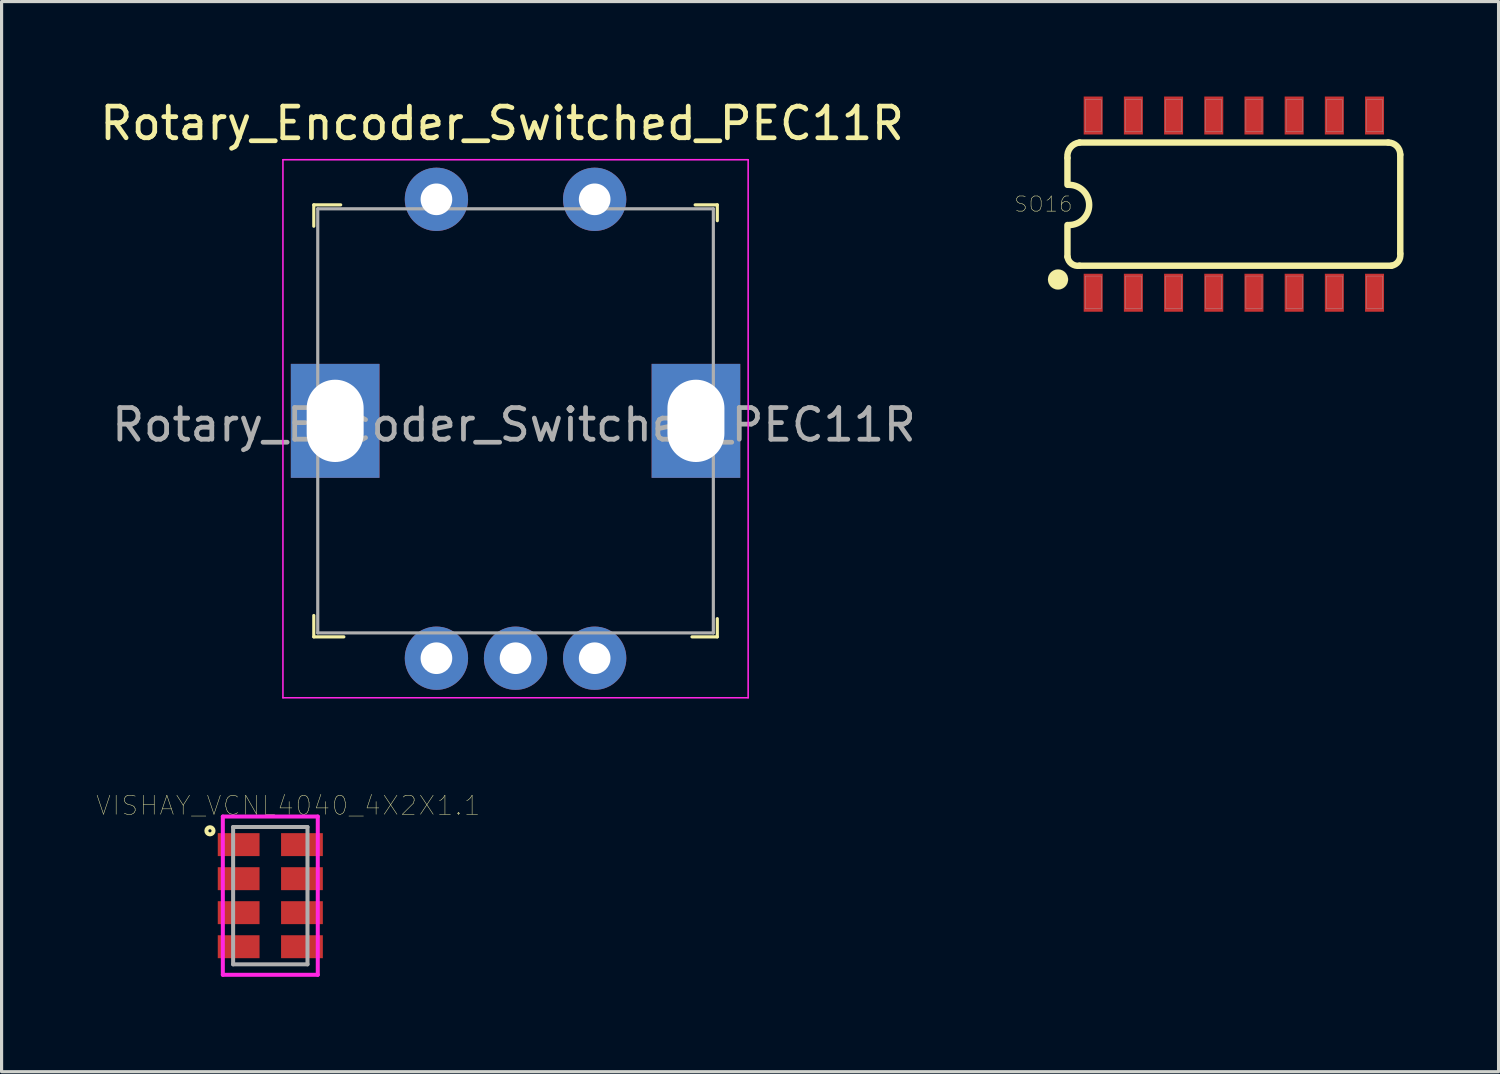
<source format=kicad_pcb>
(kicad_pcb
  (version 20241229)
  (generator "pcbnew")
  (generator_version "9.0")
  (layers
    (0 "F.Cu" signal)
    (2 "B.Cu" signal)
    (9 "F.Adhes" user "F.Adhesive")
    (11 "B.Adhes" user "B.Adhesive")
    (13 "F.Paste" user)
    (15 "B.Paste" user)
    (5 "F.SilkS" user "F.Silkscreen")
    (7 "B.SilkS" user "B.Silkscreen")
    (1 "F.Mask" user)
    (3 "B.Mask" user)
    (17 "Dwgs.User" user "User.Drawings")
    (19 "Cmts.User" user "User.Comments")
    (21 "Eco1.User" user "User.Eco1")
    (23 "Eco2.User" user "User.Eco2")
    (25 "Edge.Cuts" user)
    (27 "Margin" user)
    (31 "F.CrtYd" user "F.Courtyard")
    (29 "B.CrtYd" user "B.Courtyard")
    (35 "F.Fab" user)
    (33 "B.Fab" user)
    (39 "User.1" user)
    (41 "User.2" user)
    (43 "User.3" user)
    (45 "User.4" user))
  (footprint "VISHAY_VCNL4040_4X2X1.1"
    (layer "F.Cu")
    (at 5.491 25.251)
    (property "Reference" "VISHAY_VCNL4040_4X2X1.1" (at 0.567 -2.85 0) (layer "F.SilkS") (effects (font (size 0.601 0.601) (thickness 0.015))))
    (attr through_hole)
    (fp_circle (center -1.907 -2.05) (end -1.857 -2.05) (stroke (width 0.127) (type solid)) (fill no) (layer "F.SilkS"))
    (fp_line (start -1.5 -2.5) (end 1.5 -2.5) (stroke (width 0.127) (type solid)) (layer "F.CrtYd"))
    (fp_line (start -1.5 2.5) (end -1.5 -2.5) (stroke (width 0.127) (type solid)) (layer "F.CrtYd"))
    (fp_line (start 1.5 -2.5) (end 1.5 2.5) (stroke (width 0.127) (type solid)) (layer "F.CrtYd"))
    (fp_line (start 1.5 2.5) (end -1.5 2.5) (stroke (width 0.127) (type solid)) (layer "F.CrtYd"))
    (fp_line (start -1.175 -2.17) (end 1.175 -2.17) (stroke (width 0.127) (type solid)) (layer "F.Fab"))
    (fp_line (start -1.175 2.17) (end -1.175 -2.17) (stroke (width 0.127) (type solid)) (layer "F.Fab"))
    (fp_line (start 1.175 -2.17) (end 1.175 2.17) (stroke (width 0.127) (type solid)) (layer "F.Fab"))
    (fp_line (start 1.175 2.17) (end -1.175 2.17) (stroke (width 0.127) (type solid)) (layer "F.Fab"))
    (pad "1" smd rect (at -1 -1.613) (size 1.32 0.725) (layers "F.Cu" "F.Mask" "F.Paste"))
    (pad "2" smd rect (at -1 -0.537) (size 1.32 0.725) (layers "F.Cu" "F.Mask" "F.Paste"))
    (pad "3" smd rect (at -1 0.537) (size 1.32 0.725) (layers "F.Cu" "F.Mask" "F.Paste"))
    (pad "4" smd rect (at -1 1.613) (size 1.32 0.725) (layers "F.Cu" "F.Mask" "F.Paste"))
    (pad "5" smd rect (at 1 1.613) (size 1.32 0.725) (layers "F.Cu" "F.Mask" "F.Paste"))
    (pad "6" smd rect (at 1 0.537) (size 1.32 0.725) (layers "F.Cu" "F.Mask" "F.Paste"))
    (pad "7" smd rect (at 1 -0.537) (size 1.32 0.725) (layers "F.Cu" "F.Mask" "F.Paste"))
    (pad "8" smd rect (at 1 -1.613) (size 1.32 0.725) (layers "F.Cu" "F.Mask" "F.Paste")))
  (footprint "Rotary_Encoder_Switched_PEC11R"
    (layer "F.Cu")
    (at 7.54 10.248)
    (property "Reference" "Rotary_Encoder_Switched_PEC11R" (at 5.275 -9.4 0) (layer "F.SilkS") (effects (font (size 1 1) (thickness 0.15))))
    (attr through_hole)
    (fp_line (start -0.675 -6.825) (end -0.675 -6.15) (stroke (width 0.1) (type solid)) (layer "F.SilkS"))
    (fp_line (start -0.675 6.825) (end -0.675 6.15) (stroke (width 0.1) (type solid)) (layer "F.SilkS"))
    (fp_line (start 0.175 -6.825) (end -0.675 -6.825) (stroke (width 0.1) (type solid)) (layer "F.SilkS"))
    (fp_line (start 0.275 6.825) (end -0.675 6.825) (stroke (width 0.1) (type solid)) (layer "F.SilkS"))
    (fp_line (start 11.375 -6.825) (end 12.075 -6.825) (stroke (width 0.1) (type solid)) (layer "F.SilkS"))
    (fp_line (start 12.075 -6.825) (end 12.075 -6.325) (stroke (width 0.1) (type solid)) (layer "F.SilkS"))
    (fp_line (start 12.075 6.25) (end 12.075 6.825) (stroke (width 0.1) (type solid)) (layer "F.SilkS"))
    (fp_line (start 12.075 6.825) (end 11.275 6.825) (stroke (width 0.1) (type solid)) (layer "F.SilkS"))
    (fp_line (start -1.65 -8.25) (end 13.05 -8.25) (stroke (width 0.05) (type solid)) (layer "F.CrtYd"))
    (fp_line (start -1.65 8.75) (end -1.65 -8.25) (stroke (width 0.05) (type solid)) (layer "F.CrtYd"))
    (fp_line (start 13.05 -8.25) (end 13.05 8.75) (stroke (width 0.05) (type solid)) (layer "F.CrtYd"))
    (fp_line (start 13.05 8.75) (end -1.65 8.75) (stroke (width 0.05) (type solid)) (layer "F.CrtYd"))
    (fp_line (start -0.55 -6.7) (end -0.55 6.7) (stroke (width 0.1) (type solid)) (layer "F.Fab"))
    (fp_line (start -0.55 -6.7) (end 11.95 -6.7) (stroke (width 0.1) (type solid)) (layer "F.Fab"))
    (fp_line (start -0.55 6.7) (end 11.95 6.7) (stroke (width 0.1) (type solid)) (layer "F.Fab"))
    (fp_line (start 11.95 -6.7) (end 11.95 6.7) (stroke (width 0.1) (type solid)) (layer "F.Fab"))
    (fp_text user "${REFERENCE}" (at 5.65 0.125 0) (layer "F.Fab") (effects (font (size 1 1) (thickness 0.15))))
    (pad "3" thru_hole rect (at 0 0) (size 2.8 3.6) (drill oval 1.8 2.6) (layers "*.Cu" "*.Mask"))
    (pad "3" thru_hole rect (at 11.4 0) (size 2.8 3.6) (drill oval 1.8 2.6) (layers "*.Cu" "*.Mask"))
    (pad "A" thru_hole circle (at 3.2 7.5) (size 2 2) (drill 1) (layers "*.Cu" "*.Mask"))
    (pad "B" thru_hole circle (at 8.2 7.5) (size 2 2) (drill 1) (layers "*.Cu" "*.Mask"))
    (pad "C" thru_hole circle (at 5.7 7.5) (size 2 2) (drill 1) (layers "*.Cu" "*.Mask"))
    (pad "S1" thru_hole circle (at 3.2 -7) (size 2 2) (drill 1) (layers "*.Cu" "*.Mask"))
    (pad "S2" thru_hole circle (at 8.2 -7) (size 2 2) (drill 1) (layers "*.Cu" "*.Mask")))
  (footprint "SO16"
    (layer "F.Cu")
    (at 35.937 3.4)
    (property "Reference" "SO16" (at -6.02 0 180) (layer "F.SilkS") (effects (font (size 0.48 0.48) (thickness 0.015))))
    (attr through_hole)
    (fp_line (start -5.258 -1.453) (end -5.258 -0.61) (stroke (width 0.203) (type solid)) (layer "F.SilkS"))
    (fp_line (start -5.258 1.665) (end -5.258 0.66) (stroke (width 0.203) (type solid)) (layer "F.SilkS"))
    (fp_line (start -4.877 1.946) (end 4.977 1.946) (stroke (width 0.203) (type solid)) (layer "F.SilkS"))
    (fp_line (start 4.877 -1.946) (end -4.877 -1.946) (stroke (width 0.203) (type solid)) (layer "F.SilkS"))
    (fp_line (start 5.258 1.565) (end 5.258 -1.565) (stroke (width 0.203) (type solid)) (layer "F.SilkS"))
    (fp_arc (start -5.2578 -1.4653) (mid -5.166948 -1.784731) (end -4.8768 -1.9463) (stroke (width 0.2032) (type solid)) (layer "F.SilkS"))
    (fp_arc (start -5.207 -0.6096) (mid -4.572 0.0254) (end -5.207 0.6604) (stroke (width 0.2032) (type solid)) (layer "F.SilkS"))
    (fp_arc (start -4.8768 1.9463) (mid -5.125497 1.884708) (end -5.2578 1.6653) (stroke (width 0.2032) (type solid)) (layer "F.SilkS"))
    (fp_arc (start 4.8768 -1.9463) (mid 5.146237 -1.834737) (end 5.2578 -1.5653) (stroke (width 0.2032) (type solid)) (layer "F.SilkS"))
    (fp_arc (start 5.2578 1.5653) (mid 5.196208 1.813997) (end 4.9768 1.9463) (stroke (width 0.2032) (type solid)) (layer "F.SilkS"))
    (fp_poly (pts (xy -5.239 2.381) (xy -5.239 2.365) (xy -5.24 2.348) (xy -5.243 2.332) (xy -5.246 2.315) (xy -5.25 2.299) (xy -5.254 2.283) (xy -5.26 2.267) (xy -5.266 2.252) (xy -5.273 2.237) (xy -5.281 2.223) (xy -5.29 2.208) (xy -5.299 2.195) (xy -5.31 2.181) (xy -5.32 2.169) (xy -5.332 2.157) (xy -5.344 2.145) (xy -5.356 2.135) (xy -5.37 2.124) (xy -5.383 2.115) (xy -5.397 2.106) (xy -5.412 2.098) (xy -5.427 2.091) (xy -5.442 2.085) (xy -5.458 2.079) (xy -5.474 2.075) (xy -5.49 2.071) (xy -5.507 2.068) (xy -5.523 2.065) (xy -5.54 2.064) (xy -5.556 2.064) (xy -5.573 2.064) (xy -5.589 2.065) (xy -5.606 2.068) (xy -5.622 2.071) (xy -5.638 2.075) (xy -5.654 2.079) (xy -5.67 2.085) (xy -5.685 2.091) (xy -5.7 2.098) (xy -5.715 2.106) (xy -5.729 2.115) (xy -5.743 2.124) (xy -5.756 2.135) (xy -5.769 2.145) (xy -5.781 2.157) (xy -5.792 2.169) (xy -5.803 2.181) (xy -5.813 2.195) (xy -5.823 2.208) (xy -5.831 2.223) (xy -5.839 2.237) (xy -5.846 2.252) (xy -5.853 2.267) (xy -5.858 2.283) (xy -5.863 2.299) (xy -5.867 2.315) (xy -5.87 2.332) (xy -5.872 2.348) (xy -5.873 2.365) (xy -5.874 2.381) (xy -5.873 2.398) (xy -5.872 2.414) (xy -5.87 2.431) (xy -5.867 2.447) (xy -5.863 2.463) (xy -5.858 2.479) (xy -5.853 2.495) (xy -5.846 2.51) (xy -5.839 2.525) (xy -5.831 2.54) (xy -5.823 2.554) (xy -5.813 2.568) (xy -5.803 2.581) (xy -5.792 2.594) (xy -5.781 2.606) (xy -5.769 2.617) (xy -5.756 2.628) (xy -5.743 2.638) (xy -5.729 2.648) (xy -5.715 2.656) (xy -5.7 2.664) (xy -5.685 2.671) (xy -5.67 2.678) (xy -5.654 2.683) (xy -5.638 2.688) (xy -5.622 2.692) (xy -5.606 2.695) (xy -5.589 2.697) (xy -5.573 2.698) (xy -5.556 2.699) (xy -5.54 2.698) (xy -5.523 2.697) (xy -5.507 2.695) (xy -5.49 2.692) (xy -5.474 2.688) (xy -5.458 2.683) (xy -5.442 2.678) (xy -5.427 2.671) (xy -5.412 2.664) (xy -5.397 2.656) (xy -5.383 2.648) (xy -5.37 2.638) (xy -5.356 2.628) (xy -5.344 2.617) (xy -5.332 2.606) (xy -5.32 2.594) (xy -5.31 2.581) (xy -5.299 2.568) (xy -5.29 2.554) (xy -5.281 2.54) (xy -5.273 2.525) (xy -5.266 2.51) (xy -5.26 2.495) (xy -5.254 2.479) (xy -5.25 2.463) (xy -5.246 2.447) (xy -5.243 2.431) (xy -5.24 2.414) (xy -5.239 2.398) (xy -5.239 2.381)) (stroke (width 0.003) (type solid)) (fill yes) (layer "F.SilkS"))
    (fp_poly (pts (xy -4.699 -3.302) (xy -4.191 -3.302) (xy -4.191 -2.286) (xy -4.699 -2.286)) (stroke (width 0.01) (type solid)) (fill no) (layer "F.Fab"))
    (fp_poly (pts (xy -4.699 2.273) (xy -4.191 2.273) (xy -4.191 3.302) (xy -4.699 3.302)) (stroke (width 0.01) (type solid)) (fill no) (layer "F.Fab"))
    (fp_poly (pts (xy -3.429 -3.302) (xy -2.921 -3.302) (xy -2.921 -2.286) (xy -3.429 -2.286)) (stroke (width 0.01) (type solid)) (fill no) (layer "F.Fab"))
    (fp_poly (pts (xy -3.429 2.273) (xy -2.921 2.273) (xy -2.921 3.302) (xy -3.429 3.302)) (stroke (width 0.01) (type solid)) (fill no) (layer "F.Fab"))
    (fp_poly (pts (xy -2.159 -3.302) (xy -1.651 -3.302) (xy -1.651 -2.286) (xy -2.159 -2.286)) (stroke (width 0.01) (type solid)) (fill no) (layer "F.Fab"))
    (fp_poly (pts (xy -2.159 2.273) (xy -1.651 2.273) (xy -1.651 3.302) (xy -2.159 3.302)) (stroke (width 0.01) (type solid)) (fill no) (layer "F.Fab"))
    (fp_poly (pts (xy -0.889 -3.302) (xy -0.381 -3.302) (xy -0.381 -2.286) (xy -0.889 -2.286)) (stroke (width 0.01) (type solid)) (fill no) (layer "F.Fab"))
    (fp_poly (pts (xy -0.889 2.273) (xy -0.381 2.273) (xy -0.381 3.302) (xy -0.889 3.302)) (stroke (width 0.01) (type solid)) (fill no) (layer "F.Fab"))
    (fp_poly (pts (xy 0.381 -3.302) (xy 0.889 -3.302) (xy 0.889 -2.286) (xy 0.381 -2.286)) (stroke (width 0.01) (type solid)) (fill no) (layer "F.Fab"))
    (fp_poly (pts (xy 0.381 2.273) (xy 0.889 2.273) (xy 0.889 3.302) (xy 0.381 3.302)) (stroke (width 0.01) (type solid)) (fill no) (layer "F.Fab"))
    (fp_poly (pts (xy 1.651 -3.302) (xy 2.159 -3.302) (xy 2.159 -2.286) (xy 1.651 -2.286)) (stroke (width 0.01) (type solid)) (fill no) (layer "F.Fab"))
    (fp_poly (pts (xy 1.651 2.273) (xy 2.159 2.273) (xy 2.159 3.302) (xy 1.651 3.302)) (stroke (width 0.01) (type solid)) (fill no) (layer "F.Fab"))
    (fp_poly (pts (xy 2.921 -3.302) (xy 3.429 -3.302) (xy 3.429 -2.286) (xy 2.921 -2.286)) (stroke (width 0.01) (type solid)) (fill no) (layer "F.Fab"))
    (fp_poly (pts (xy 2.921 2.273) (xy 3.429 2.273) (xy 3.429 3.302) (xy 2.921 3.302)) (stroke (width 0.01) (type solid)) (fill no) (layer "F.Fab"))
    (fp_poly (pts (xy 4.191 -3.302) (xy 4.699 -3.302) (xy 4.699 -2.286) (xy 4.191 -2.286)) (stroke (width 0.01) (type solid)) (fill no) (layer "F.Fab"))
    (fp_poly (pts (xy 4.191 2.273) (xy 4.699 2.273) (xy 4.699 3.302) (xy 4.191 3.302)) (stroke (width 0.01) (type solid)) (fill no) (layer "F.Fab"))
    (pad "1" smd rect (at -4.445 2.8) (size 0.6 1.2) (layers "F.Cu" "F.Mask" "F.Paste"))
    (pad "2" smd rect (at -3.175 2.8) (size 0.6 1.2) (layers "F.Cu" "F.Mask" "F.Paste"))
    (pad "3" smd rect (at -1.905 2.8) (size 0.6 1.2) (layers "F.Cu" "F.Mask" "F.Paste"))
    (pad "4" smd rect (at -0.635 2.8) (size 0.6 1.2) (layers "F.Cu" "F.Mask" "F.Paste"))
    (pad "5" smd rect (at 0.635 2.8) (size 0.6 1.2) (layers "F.Cu" "F.Mask" "F.Paste"))
    (pad "6" smd rect (at 1.905 2.8) (size 0.6 1.2) (layers "F.Cu" "F.Mask" "F.Paste"))
    (pad "7" smd rect (at 3.175 2.8) (size 0.6 1.2) (layers "F.Cu" "F.Mask" "F.Paste"))
    (pad "8" smd rect (at 4.445 2.8) (size 0.6 1.2) (layers "F.Cu" "F.Mask" "F.Paste"))
    (pad "9" smd rect (at 4.445 -2.8) (size 0.6 1.2) (layers "F.Cu" "F.Mask" "F.Paste"))
    (pad "10" smd rect (at 3.175 -2.8) (size 0.6 1.2) (layers "F.Cu" "F.Mask" "F.Paste"))
    (pad "11" smd rect (at 1.905 -2.8) (size 0.6 1.2) (layers "F.Cu" "F.Mask" "F.Paste"))
    (pad "12" smd rect (at 0.635 -2.8) (size 0.6 1.2) (layers "F.Cu" "F.Mask" "F.Paste"))
    (pad "13" smd rect (at -0.635 -2.8) (size 0.6 1.2) (layers "F.Cu" "F.Mask" "F.Paste"))
    (pad "14" smd rect (at -1.905 -2.8) (size 0.6 1.2) (layers "F.Cu" "F.Mask" "F.Paste"))
    (pad "15" smd rect (at -3.175 -2.8) (size 0.6 1.2) (layers "F.Cu" "F.Mask" "F.Paste"))
    (pad "16" smd rect (at -4.445 -2.8) (size 0.6 1.2) (layers "F.Cu" "F.Mask" "F.Paste")))
  (gr_rect
    (start -3 -3)
    (end 44.301 30.814)
    (stroke (width 0.1) (type default))
    (fill no)
    (layer "Edge.Cuts")))
</source>
